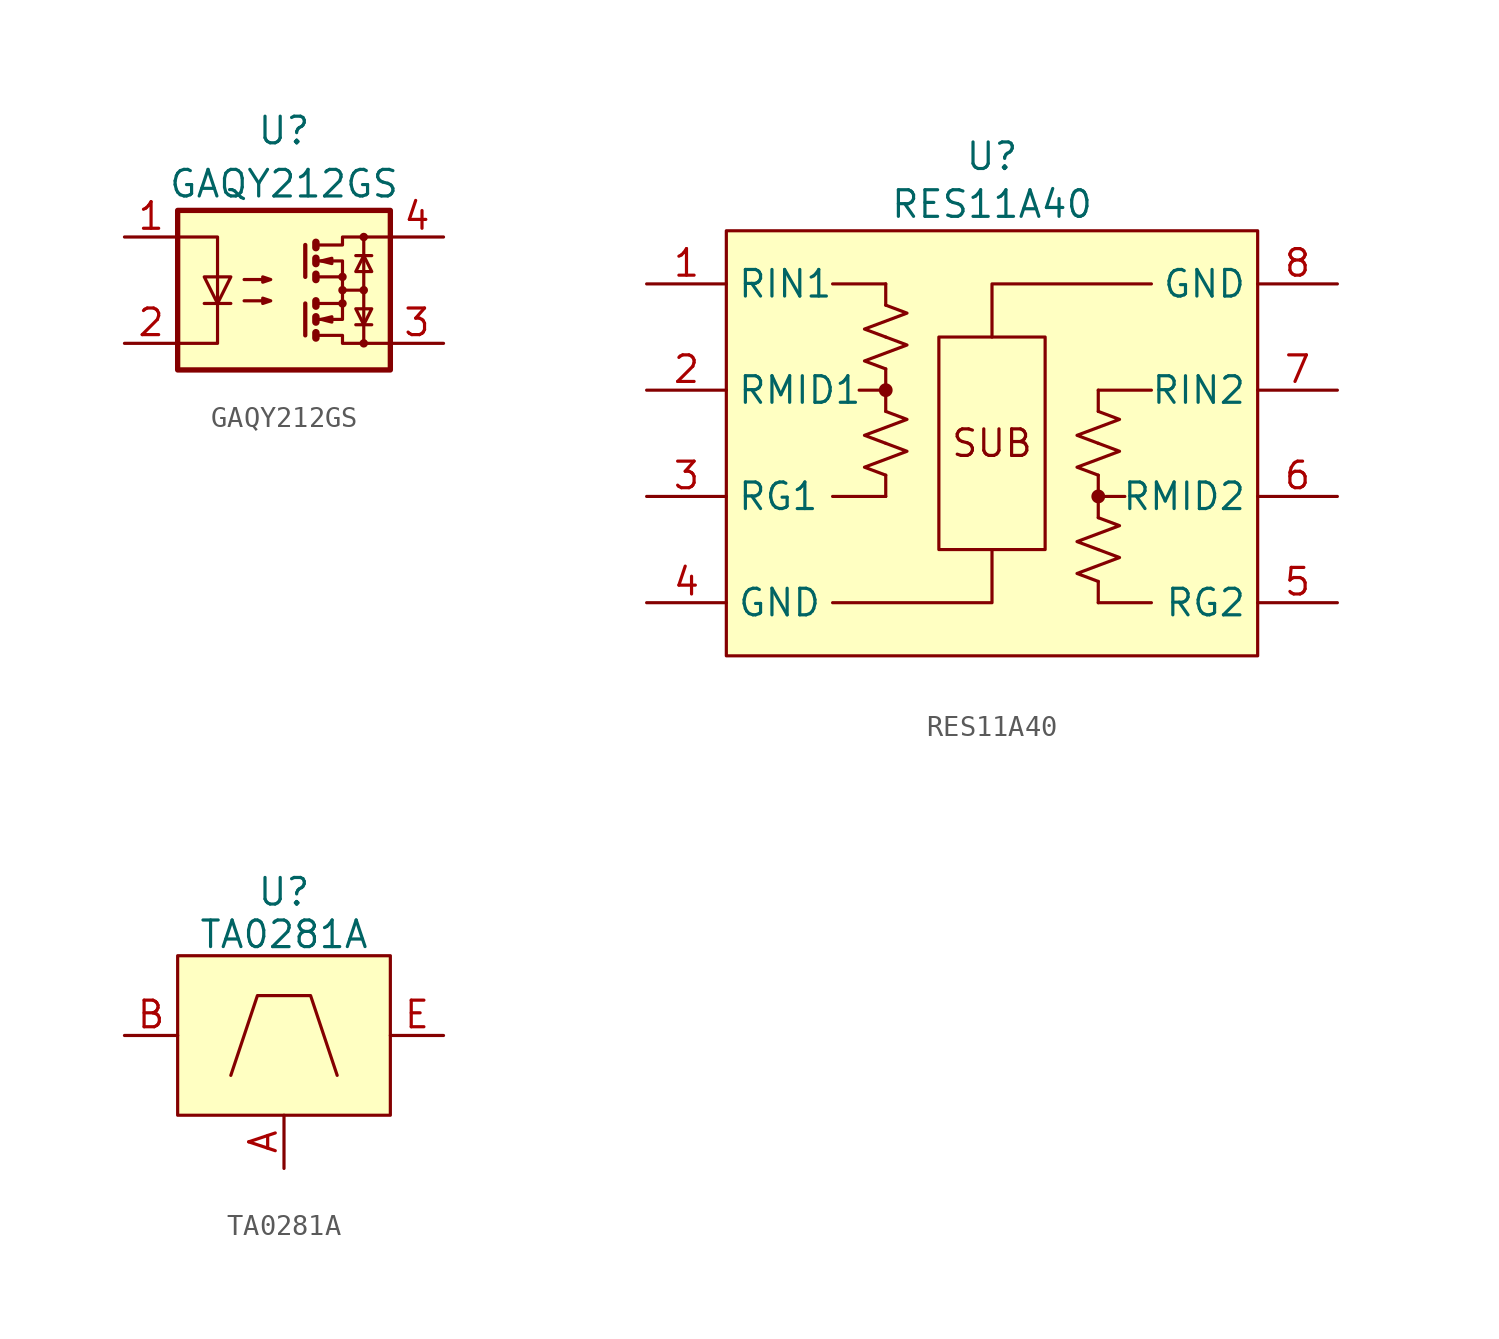
<source format=kicad_sym>
(kicad_symbol_lib
  (version 20231120)
  (generator "kicad_symbol_editor")
  (generator_version "8.0")
  (symbol "GAQY212GS"
    (property "Reference" "U"
      (at 0 7.62 0)
      (effects (font (size 1.27 1.27))))
    (property "Value" "GAQY212GS"
      (at 0 5.08 0)
      (effects (font (size 1.27 1.27))))
    (symbol "GAQY212GS_0_1"
      (rectangle (start -5.08 3.81) (end 5.08 -3.81) (stroke (width 0.254) (type default)) (fill (type background)))
      (polyline (pts (xy -3.81 -0.635) (xy -2.54 -0.635)) (stroke (width 0) (type default)) (fill (type none)))
      (polyline (pts (xy 1.016 -0.635) (xy 1.016 -2.159)) (stroke (width 0.203) (type default)) (fill (type none)))
      (polyline (pts (xy 1.016 2.159) (xy 1.016 0.635)) (stroke (width 0.203) (type default)) (fill (type none)))
      (polyline (pts (xy 1.524 -0.508) (xy 1.524 -0.762)) (stroke (width 0.356) (type default)) (fill (type none)))
      (polyline (pts (xy 2.794 0) (xy 3.81 0)) (stroke (width 0) (type default)) (fill (type none)))
      (polyline (pts (xy 3.429 -1.651) (xy 4.191 -1.651)) (stroke (width 0) (type default)) (fill (type none)))
      (polyline (pts (xy 3.429 1.651) (xy 4.191 1.651)) (stroke (width 0) (type default)) (fill (type none)))
      (polyline (pts (xy 3.81 -2.54) (xy 3.81 2.54)) (stroke (width 0) (type default)) (fill (type none)))
      (polyline (pts (xy 1.524 -2.032) (xy 1.524 -2.286) (xy 1.524 -2.286)) (stroke (width 0.356) (type default)) (fill (type none)))
      (polyline (pts (xy 1.524 -1.27) (xy 1.524 -1.524) (xy 1.524 -1.524)) (stroke (width 0.356) (type default)) (fill (type none)))
      (polyline (pts (xy 1.524 0.762) (xy 1.524 0.508) (xy 1.524 0.508)) (stroke (width 0.356) (type default)) (fill (type none)))
      (polyline (pts (xy 1.524 1.524) (xy 1.524 1.27) (xy 1.524 1.27)) (stroke (width 0.356) (type default)) (fill (type none)))
      (polyline (pts (xy 1.524 2.286) (xy 1.524 2.032) (xy 1.524 2.032)) (stroke (width 0.356) (type default)) (fill (type none)))
      (polyline (pts (xy 1.651 -1.397) (xy 2.794 -1.397) (xy 2.794 -0.635)) (stroke (width 0) (type default)) (fill (type none)))
      (polyline (pts (xy 1.651 1.397) (xy 2.794 1.397) (xy 2.794 0.635)) (stroke (width 0) (type default)) (fill (type none)))
      (polyline (pts (xy -5.08 2.54) (xy -3.175 2.54) (xy -3.175 -2.54) (xy -5.08 -2.54)) (stroke (width 0) (type default)) (fill (type none)))
      (polyline (pts (xy -3.175 -0.635) (xy -3.81 0.635) (xy -2.54 0.635) (xy -3.175 -0.635)) (stroke (width 0) (type default)) (fill (type none)))
      (polyline (pts (xy 1.651 -2.159) (xy 2.794 -2.159) (xy 2.794 -2.54) (xy 5.08 -2.54)) (stroke (width 0) (type default)) (fill (type none)))
      (polyline (pts (xy 1.651 -0.635) (xy 2.794 -0.635) (xy 2.794 0.635) (xy 1.651 0.635)) (stroke (width 0) (type default)) (fill (type none)))
      (polyline (pts (xy 1.651 2.159) (xy 2.794 2.159) (xy 2.794 2.54) (xy 5.08 2.54)) (stroke (width 0) (type default)) (fill (type none)))
      (polyline (pts (xy 1.778 -1.397) (xy 2.286 -1.27) (xy 2.286 -1.524) (xy 1.778 -1.397)) (stroke (width 0) (type default)) (fill (type none)))
      (polyline (pts (xy 1.778 1.397) (xy 2.286 1.524) (xy 2.286 1.27) (xy 1.778 1.397)) (stroke (width 0) (type default)) (fill (type none)))
      (polyline (pts (xy 3.81 -1.651) (xy 3.429 -0.889) (xy 4.191 -0.889) (xy 3.81 -1.651)) (stroke (width 0) (type default)) (fill (type none)))
      (polyline (pts (xy 3.81 1.651) (xy 3.429 0.889) (xy 4.191 0.889) (xy 3.81 1.651)) (stroke (width 0) (type default)) (fill (type none)))
      (polyline (pts (xy -1.905 -0.508) (xy -0.635 -0.508) (xy -1.016 -0.635) (xy -1.016 -0.381) (xy -0.635 -0.508)) (stroke (width 0) (type default)) (fill (type none)))
      (polyline (pts (xy -1.905 0.508) (xy -0.635 0.508) (xy -1.016 0.381) (xy -1.016 0.635) (xy -0.635 0.508)) (stroke (width 0) (type default)) (fill (type none)))
      (circle (center 2.794 -0.635) (radius 0.127) (stroke (width 0) (type default)) (fill (type none)))
      (circle (center 2.794 0) (radius 0.127) (stroke (width 0) (type default)) (fill (type none)))
      (circle (center 2.794 0.635) (radius 0.127) (stroke (width 0) (type default)) (fill (type none)))
      (circle (center 3.81 -2.54) (radius 0.127) (stroke (width 0) (type default)) (fill (type none)))
      (circle (center 3.81 0) (radius 0.127) (stroke (width 0) (type default)) (fill (type none)))
      (circle (center 3.81 2.54) (radius 0.127) (stroke (width 0) (type default)) (fill (type none))))
    (symbol "GAQY212GS_1_1"
      (pin passive line (at -7.62 2.54 0) (length 2.54) (name "~" (effects (font (size 1.27 1.27)))) (number "1" (effects (font (size 1.27 1.27)))))
      (pin passive line (at -7.62 -2.54 0) (length 2.54) (name "~" (effects (font (size 1.27 1.27)))) (number "2" (effects (font (size 1.27 1.27)))))
      (pin passive line (at 7.62 -2.54 180) (length 2.54) (name "~" (effects (font (size 1.27 1.27)))) (number "3" (effects (font (size 1.27 1.27)))))
      (pin passive line (at 7.62 2.54 180) (length 2.54) (name "~" (effects (font (size 1.27 1.27)))) (number "4" (effects (font (size 1.27 1.27)))))))
  (symbol "RES11A40"
    (property "Reference" "U"
      (at 0 8.636 0)
      (effects (font (size 1.27 1.27))))
    (property "Value" "RES11A40"
      (at 0 6.35 0)
      (effects (font (size 1.27 1.27))))
    (symbol "RES11A40_0_1"
      (polyline (pts (xy -5.08 -6.604) (xy -5.08 -7.62)) (stroke (width 0) (type default)) (fill (type none)))
      (polyline (pts (xy -5.08 -3.556) (xy -5.08 -2.54)) (stroke (width 0) (type default)) (fill (type none)))
      (polyline (pts (xy -5.08 -1.524) (xy -5.08 -2.54)) (stroke (width 0) (type default)) (fill (type none)))
      (polyline (pts (xy -5.08 1.524) (xy -5.08 2.54)) (stroke (width 0) (type default)) (fill (type none)))
      (polyline (pts (xy 5.08 -11.684) (xy 5.08 -12.7)) (stroke (width 0) (type default)) (fill (type none)))
      (polyline (pts (xy 5.08 -8.636) (xy 5.08 -7.62)) (stroke (width 0) (type default)) (fill (type none)))
      (polyline (pts (xy 5.08 -6.604) (xy 5.08 -7.62)) (stroke (width 0) (type default)) (fill (type none)))
      (polyline (pts (xy 5.08 -3.556) (xy 5.08 -2.54)) (stroke (width 0) (type default)) (fill (type none))))
    (symbol "RES11A40_1_1"
      (rectangle (start -12.7 5.08) (end 12.7 -15.24) (stroke (width 0) (type default)) (fill (type background)))
      (circle (center -5.08 -2.54) (radius 0.254) (stroke (width 0) (type default)) (fill (type outline)))
      (polyline (pts (xy -5.08 -7.62) (xy -7.62 -7.62)) (stroke (width 0) (type default)) (fill (type none)))
      (polyline (pts (xy -5.08 -2.54) (xy -6.35 -2.54)) (stroke (width 0) (type default)) (fill (type none)))
      (polyline (pts (xy -5.08 2.54) (xy -7.62 2.54)) (stroke (width 0) (type default)) (fill (type none)))
      (polyline (pts (xy 5.08 -12.7) (xy 7.62 -12.7)) (stroke (width 0) (type default)) (fill (type none)))
      (polyline (pts (xy 5.08 -7.62) (xy 6.35 -7.62)) (stroke (width 0) (type default)) (fill (type none)))
      (polyline (pts (xy 5.08 -2.54) (xy 7.62 -2.54)) (stroke (width 0) (type default)) (fill (type none)))
      (polyline (pts (xy 0 -10.16) (xy 0 -12.7) (xy -7.62 -12.7)) (stroke (width 0) (type default)) (fill (type none)))
      (polyline (pts (xy 0 0) (xy 0 2.54) (xy 7.62 2.54)) (stroke (width 0) (type default)) (fill (type none)))
      (polyline (pts (xy -5.08 -5.08) (xy -4.064 -5.461) (xy -5.08 -5.842) (xy -6.096 -6.223) (xy -5.08 -6.604)) (stroke (width 0) (type default)) (fill (type none)))
      (polyline (pts (xy -5.08 -3.556) (xy -4.064 -3.937) (xy -5.08 -4.318) (xy -6.096 -4.699) (xy -5.08 -5.08)) (stroke (width 0) (type default)) (fill (type none)))
      (polyline (pts (xy -5.08 0) (xy -4.064 -0.381) (xy -5.08 -0.762) (xy -6.096 -1.143) (xy -5.08 -1.524)) (stroke (width 0) (type default)) (fill (type none)))
      (polyline (pts (xy -5.08 1.524) (xy -4.064 1.143) (xy -5.08 0.762) (xy -6.096 0.381) (xy -5.08 0)) (stroke (width 0) (type default)) (fill (type none)))
      (polyline (pts (xy -2.54 0) (xy 2.54 0) (xy 2.54 -10.16) (xy -2.54 -10.16) (xy -2.54 0)) (stroke (width 0) (type default)) (fill (type none)))
      (polyline (pts (xy 5.08 -11.684) (xy 4.064 -11.303) (xy 5.08 -10.922) (xy 6.096 -10.541) (xy 5.08 -10.16)) (stroke (width 0) (type default)) (fill (type none)))
      (polyline (pts (xy 5.08 -10.16) (xy 4.064 -9.779) (xy 5.08 -9.398) (xy 6.096 -9.017) (xy 5.08 -8.636)) (stroke (width 0) (type default)) (fill (type none)))
      (polyline (pts (xy 5.08 -6.604) (xy 4.064 -6.223) (xy 5.08 -5.842) (xy 6.096 -5.461) (xy 5.08 -5.08)) (stroke (width 0) (type default)) (fill (type none)))
      (polyline (pts (xy 5.08 -5.08) (xy 4.064 -4.699) (xy 5.08 -4.318) (xy 6.096 -3.937) (xy 5.08 -3.556)) (stroke (width 0) (type default)) (fill (type none)))
      (circle (center 5.08 -7.62) (radius 0.254) (stroke (width 0) (type default)) (fill (type outline)))
      (text "SUB" (at 0 -5.08 0) (effects (font (size 1.27 1.27))))
      (pin bidirectional line (at -16.51 2.54 0) (length 3.81) (name "RIN1" (effects (font (size 1.27 1.27)))) (number "1" (effects (font (size 1.27 1.27)))))
      (pin bidirectional line (at -16.51 -2.54 0) (length 3.81) (name "RMID1" (effects (font (size 1.27 1.27)))) (number "2" (effects (font (size 1.27 1.27)))))
      (pin bidirectional line (at -16.51 -7.62 0) (length 3.81) (name "RG1" (effects (font (size 1.27 1.27)))) (number "3" (effects (font (size 1.27 1.27)))))
      (pin bidirectional line (at -16.51 -12.7 0) (length 3.81) (name "GND" (effects (font (size 1.27 1.27)))) (number "4" (effects (font (size 1.27 1.27)))))
      (pin bidirectional line (at 16.51 -12.7 180) (length 3.81) (name "RG2" (effects (font (size 1.27 1.27)))) (number "5" (effects (font (size 1.27 1.27)))))
      (pin bidirectional line (at 16.51 -7.62 180) (length 3.81) (name "RMID2" (effects (font (size 1.27 1.27)))) (number "6" (effects (font (size 1.27 1.27)))))
      (pin bidirectional line (at 16.51 -2.54 180) (length 3.81) (name "RIN2" (effects (font (size 1.27 1.27)))) (number "7" (effects (font (size 1.27 1.27)))))
      (pin bidirectional line (at 16.51 2.54 180) (length 3.81) (name "GND" (effects (font (size 1.27 1.27)))) (number "8" (effects (font (size 1.27 1.27)))))))
  (symbol "TA0281A"
    (property "Reference" "U"
      (at 0 6.858 0)
      (effects (font (size 1.27 1.27))))
    (property "Value" "TA0281A"
      (at 0 4.826 0)
      (effects (font (size 1.27 1.27))))
    (symbol "TA0281A_0_1"
      (polyline (pts (xy -2.54 -1.905) (xy -1.27 1.905) (xy 1.27 1.905) (xy 2.54 -1.905)) (stroke (width 0) (type default)) (fill (type none))))
    (symbol "TA0281A_1_1"
      (rectangle (start -5.08 3.81) (end 5.08 -3.81) (stroke (width 0) (type default)) (fill (type background)))
      (pin bidirectional line (at 0 -6.35 90) (length 2.54) (name "" (effects (font (size 1.27 1.27)))) (number "A" (effects (font (size 1.27 1.27)))))
      (pin bidirectional line (at -7.62 0 0) (length 2.54) (name "" (effects (font (size 1.27 1.27)))) (number "B" (effects (font (size 1.27 1.27)))))
      (pin bidirectional line (at 0 -6.35 90) (length 2.54) hide (name "" (effects (font (size 1.27 1.27)))) (number "C" (effects (font (size 1.27 1.27)))))
      (pin bidirectional line (at 0 -6.35 90) (length 2.54) hide (name "" (effects (font (size 1.27 1.27)))) (number "D" (effects (font (size 1.27 1.27)))))
      (pin bidirectional line (at 7.62 0 180) (length 2.54) (name "" (effects (font (size 1.27 1.27)))) (number "E" (effects (font (size 1.27 1.27)))))
      (pin bidirectional line (at 0 -6.35 90) (length 2.54) hide (name "" (effects (font (size 1.27 1.27)))) (number "F" (effects (font (size 1.27 1.27))))))))
</source>
